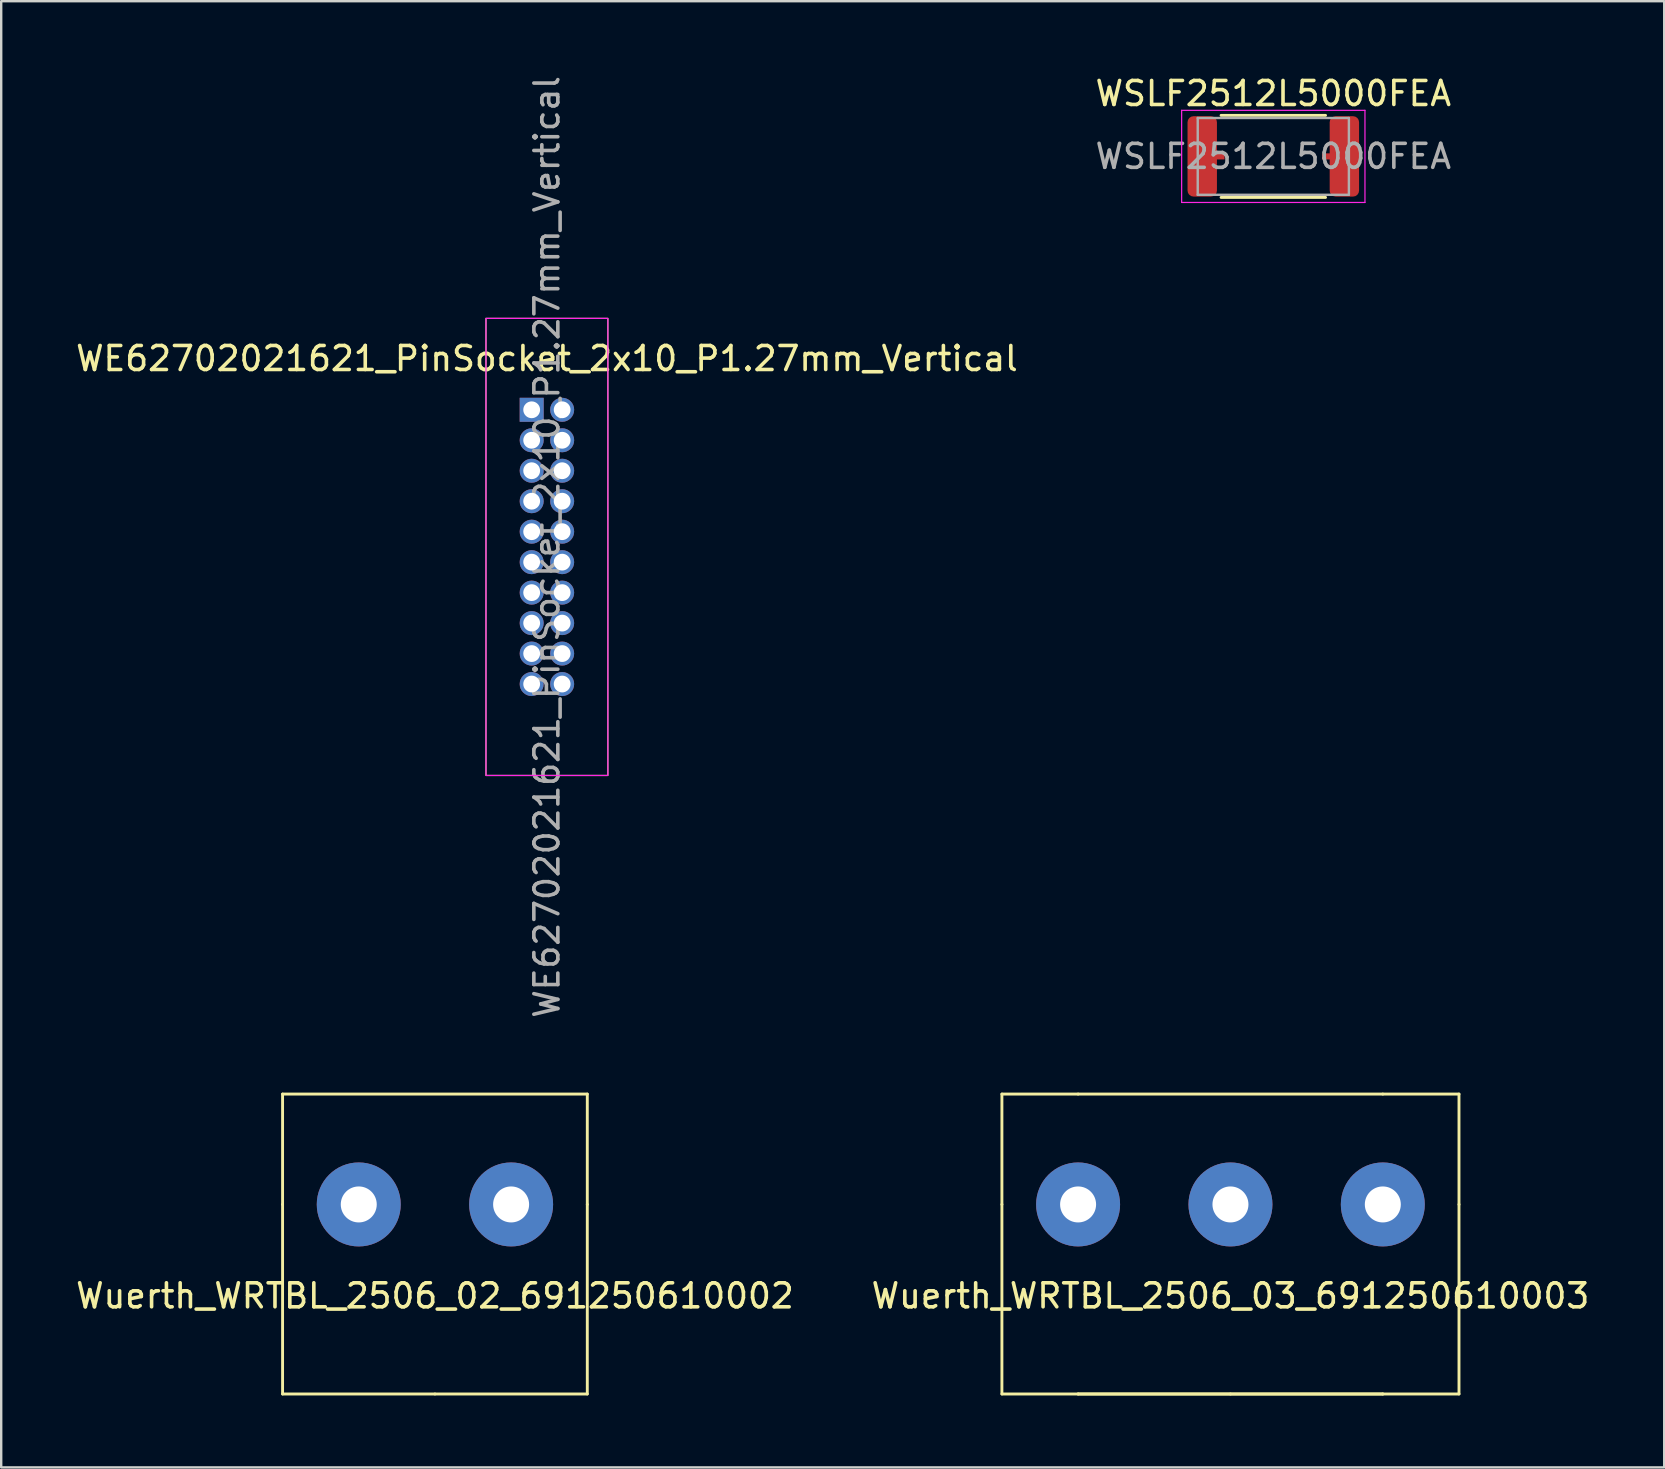
<source format=kicad_pcb>
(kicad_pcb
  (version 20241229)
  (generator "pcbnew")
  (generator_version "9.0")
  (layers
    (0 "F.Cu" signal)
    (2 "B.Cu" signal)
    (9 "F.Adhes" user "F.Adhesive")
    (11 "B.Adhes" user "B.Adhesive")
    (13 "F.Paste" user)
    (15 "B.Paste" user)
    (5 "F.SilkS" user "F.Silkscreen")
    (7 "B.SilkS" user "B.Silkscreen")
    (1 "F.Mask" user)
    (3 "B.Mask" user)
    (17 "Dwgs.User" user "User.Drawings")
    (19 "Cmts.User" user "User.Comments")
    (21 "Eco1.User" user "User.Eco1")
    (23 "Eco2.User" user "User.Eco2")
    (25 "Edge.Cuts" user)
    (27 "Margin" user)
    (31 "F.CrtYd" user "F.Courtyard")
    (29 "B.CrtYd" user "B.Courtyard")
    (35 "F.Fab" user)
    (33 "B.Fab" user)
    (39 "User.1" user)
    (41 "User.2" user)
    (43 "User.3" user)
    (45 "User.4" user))
  (footprint "WSLF2512L5000FEA"
    (layer "F.Cu")
    (at 50.018 3.468)
    (property "Reference" "WSLF2512L5000FEA" (at 0 -2.62 0) (layer "F.SilkS") (effects (font (size 1 1) (thickness 0.15))))
    (attr smd)
    (fp_line (start -2.177 -1.71) (end 2.177 -1.71) (stroke (width 0.12) (type solid)) (layer "F.SilkS"))
    (fp_line (start -2.177 1.71) (end 2.177 1.71) (stroke (width 0.12) (type solid)) (layer "F.SilkS"))
    (fp_line (start -3.82 -1.92) (end 3.82 -1.92) (stroke (width 0.05) (type solid)) (layer "F.CrtYd"))
    (fp_line (start -3.82 1.92) (end -3.82 -1.92) (stroke (width 0.05) (type solid)) (layer "F.CrtYd"))
    (fp_line (start 3.82 -1.92) (end 3.82 1.92) (stroke (width 0.05) (type solid)) (layer "F.CrtYd"))
    (fp_line (start 3.82 1.92) (end -3.82 1.92) (stroke (width 0.05) (type solid)) (layer "F.CrtYd"))
    (fp_line (start -3.15 -1.6) (end 3.15 -1.6) (stroke (width 0.1) (type solid)) (layer "F.Fab"))
    (fp_line (start -3.15 1.6) (end -3.15 -1.6) (stroke (width 0.1) (type solid)) (layer "F.Fab"))
    (fp_line (start 3.15 -1.6) (end 3.15 1.6) (stroke (width 0.1) (type solid)) (layer "F.Fab"))
    (fp_line (start 3.15 1.6) (end -3.15 1.6) (stroke (width 0.1) (type solid)) (layer "F.Fab"))
    (fp_text user "${REFERENCE}" (at 0 0 0) (layer "F.Fab") (effects (font (size 1 1) (thickness 0.15))))
    (pad "1" smd roundrect (at -2.962 0) (size 1.225 3.35) (layers "F.Cu" "F.Mask" "F.Paste") (roundrect_rratio 0.204))
    (pad "1" smd rect (at -2.286 0) (size 0.508 0.254) (layers "F.Cu" "F.Mask" "F.Paste"))
    (pad "2" smd rect (at 2.286 0) (size 0.508 0.254) (layers "F.Cu" "F.Mask" "F.Paste"))
    (pad "2" smd roundrect (at 2.962 0) (size 1.225 3.35) (layers "F.Cu" "F.Mask" "F.Paste") (roundrect_rratio 0.204)))
  (footprint "Wuerth_WRTBL_2506_02_691250610002"
    (layer "F.Cu")
    (at 15.077 47.148)
    (property "Reference" "Wuerth_WRTBL_2506_02_691250610002" (at 0 3.81 0) (layer "F.SilkS") (effects (font (size 1 1) (thickness 0.15))))
    (attr through_hole)
    (fp_line (start -6.35 -4.6) (end -6.35 0) (stroke (width 0.12) (type solid)) (layer "F.SilkS"))
    (fp_line (start -6.35 7.9) (end -6.35 0) (stroke (width 0.12) (type solid)) (layer "F.SilkS"))
    (fp_line (start 0 7.9) (end -6.35 7.9) (stroke (width 0.12) (type solid)) (layer "F.SilkS"))
    (fp_line (start 0 7.9) (end 6.35 7.9) (stroke (width 0.12) (type solid)) (layer "F.SilkS"))
    (fp_line (start 6.35 -4.6) (end -6.35 -4.6) (stroke (width 0.12) (type solid)) (layer "F.SilkS"))
    (fp_line (start 6.35 0) (end 6.35 -4.6) (stroke (width 0.12) (type solid)) (layer "F.SilkS"))
    (fp_line (start 6.35 7.9) (end 6.35 0) (stroke (width 0.12) (type solid)) (layer "F.SilkS"))
    (pad "1" thru_hole circle (at -3.175 0) (size 3.5 3.5) (drill 1.5) (layers "*.Cu" "*.Mask"))
    (pad "2" thru_hole circle (at 3.175 0) (size 3.5 3.5) (drill 1.5) (layers "*.Cu" "*.Mask")))
  (footprint "Wuerth_WRTBL_2506_03_691250610003"
    (layer "F.Cu")
    (at 48.232 47.148)
    (property "Reference" "Wuerth_WRTBL_2506_03_691250610003" (at 0 3.81 0) (layer "F.SilkS") (effects (font (size 1 1) (thickness 0.15))))
    (attr through_hole)
    (fp_line (start -9.525 -4.6) (end -9.525 0) (stroke (width 0.12) (type solid)) (layer "F.SilkS"))
    (fp_line (start -9.525 7.9) (end -9.525 0) (stroke (width 0.12) (type solid)) (layer "F.SilkS"))
    (fp_line (start -6.35 -4.6) (end -9.525 -4.6) (stroke (width 0.12) (type solid)) (layer "F.SilkS"))
    (fp_line (start -6.35 7.9) (end -9.525 7.9) (stroke (width 0.12) (type solid)) (layer "F.SilkS"))
    (fp_line (start 0 7.9) (end -6.35 7.9) (stroke (width 0.12) (type solid)) (layer "F.SilkS"))
    (fp_line (start 0 7.9) (end 6.35 7.9) (stroke (width 0.12) (type solid)) (layer "F.SilkS"))
    (fp_line (start 6.35 -4.6) (end -6.35 -4.6) (stroke (width 0.12) (type solid)) (layer "F.SilkS"))
    (fp_line (start 6.35 -4.6) (end 9.525 -4.6) (stroke (width 0.12) (type solid)) (layer "F.SilkS"))
    (fp_line (start 6.35 7.9) (end -6.35 7.9) (stroke (width 0.12) (type solid)) (layer "F.SilkS"))
    (fp_line (start 9.525 -4.6) (end 9.525 0) (stroke (width 0.12) (type solid)) (layer "F.SilkS"))
    (fp_line (start 9.525 0) (end 9.525 7.9) (stroke (width 0.12) (type solid)) (layer "F.SilkS"))
    (fp_line (start 9.525 7.9) (end 6.35 7.9) (stroke (width 0.12) (type solid)) (layer "F.SilkS"))
    (pad "1" thru_hole circle (at -6.35 0) (size 3.5 3.5) (drill 1.5) (layers "*.Cu" "*.Mask"))
    (pad "2" thru_hole circle (at 0 0) (size 3.5 3.5) (drill 1.5) (layers "*.Cu" "*.Mask"))
    (pad "3" thru_hole circle (at 6.35 0) (size 3.5 3.5) (drill 1.5) (layers "*.Cu" "*.Mask")))
  (footprint "WE62702021621_PinSocket_2x10_P1.27mm_Vertical"
    (layer "F.Cu")
    (at 20.379 14.029)
    (property "Reference" "WE62702021621_PinSocket_2x10_P1.27mm_Vertical" (at -0.635 -2.135 0) (layer "F.SilkS") (effects (font (size 1 1) (thickness 0.15))))
    (attr through_hole)
    (fp_rect (start -3.175 -3.81) (end 1.905 15.24) (stroke (width 0.05) (type solid)) (fill no) (layer "F.SilkS"))
    (fp_rect (start -3.175 -3.81) (end 1.905 15.24) (stroke (width 0.05) (type solid)) (fill no) (layer "F.CrtYd"))
    (fp_text user "${REFERENCE}" (at -0.635 5.715 90) (layer "F.Fab") (effects (font (size 1 1) (thickness 0.15))))
    (pad "1" thru_hole rect (at -1.27 0) (size 1 1) (drill 0.7) (layers "*.Cu" "*.Mask"))
    (pad "2" thru_hole circle (at 0 0) (size 1 1) (drill 0.7) (layers "*.Cu" "*.Mask"))
    (pad "3" thru_hole oval (at -1.27 1.27) (size 1 1) (drill 0.7) (layers "*.Cu" "*.Mask"))
    (pad "4" thru_hole oval (at 0 1.27) (size 1 1) (drill 0.7) (layers "*.Cu" "*.Mask"))
    (pad "5" thru_hole oval (at -1.27 2.54) (size 1 1) (drill 0.7) (layers "*.Cu" "*.Mask"))
    (pad "6" thru_hole oval (at 0 2.54) (size 1 1) (drill 0.7) (layers "*.Cu" "*.Mask"))
    (pad "7" thru_hole oval (at -1.27 3.81) (size 1 1) (drill 0.7) (layers "*.Cu" "*.Mask"))
    (pad "8" thru_hole oval (at 0 3.81) (size 1 1) (drill 0.7) (layers "*.Cu" "*.Mask"))
    (pad "9" thru_hole oval (at -1.27 5.08) (size 1 1) (drill 0.7) (layers "*.Cu" "*.Mask"))
    (pad "10" thru_hole oval (at 0 5.08) (size 1 1) (drill 0.7) (layers "*.Cu" "*.Mask"))
    (pad "11" thru_hole oval (at -1.27 6.35) (size 1 1) (drill 0.7) (layers "*.Cu" "*.Mask"))
    (pad "12" thru_hole oval (at 0 6.35) (size 1 1) (drill 0.7) (layers "*.Cu" "*.Mask"))
    (pad "13" thru_hole oval (at -1.27 7.62) (size 1 1) (drill 0.7) (layers "*.Cu" "*.Mask"))
    (pad "14" thru_hole oval (at 0 7.62) (size 1 1) (drill 0.7) (layers "*.Cu" "*.Mask"))
    (pad "15" thru_hole oval (at -1.27 8.89) (size 1 1) (drill 0.7) (layers "*.Cu" "*.Mask"))
    (pad "16" thru_hole oval (at 0 8.89) (size 1 1) (drill 0.7) (layers "*.Cu" "*.Mask"))
    (pad "17" thru_hole oval (at -1.27 10.16 90) (size 1 1) (drill 0.7) (layers "*.Cu" "*.Mask"))
    (pad "18" thru_hole oval (at 0 10.16) (size 1 1) (drill 0.7) (layers "*.Cu" "*.Mask"))
    (pad "19" thru_hole oval (at -1.27 11.43) (size 1 1) (drill 0.7) (layers "*.Cu" "*.Mask"))
    (pad "20" thru_hole oval (at 0 11.43) (size 1 1) (drill 0.7) (layers "*.Cu" "*.Mask")))
  (gr_rect
    (start -3 -3)
    (end 66.31 58.108)
    (stroke (width 0.1) (type default))
    (fill no)
    (layer "Edge.Cuts")))
</source>
